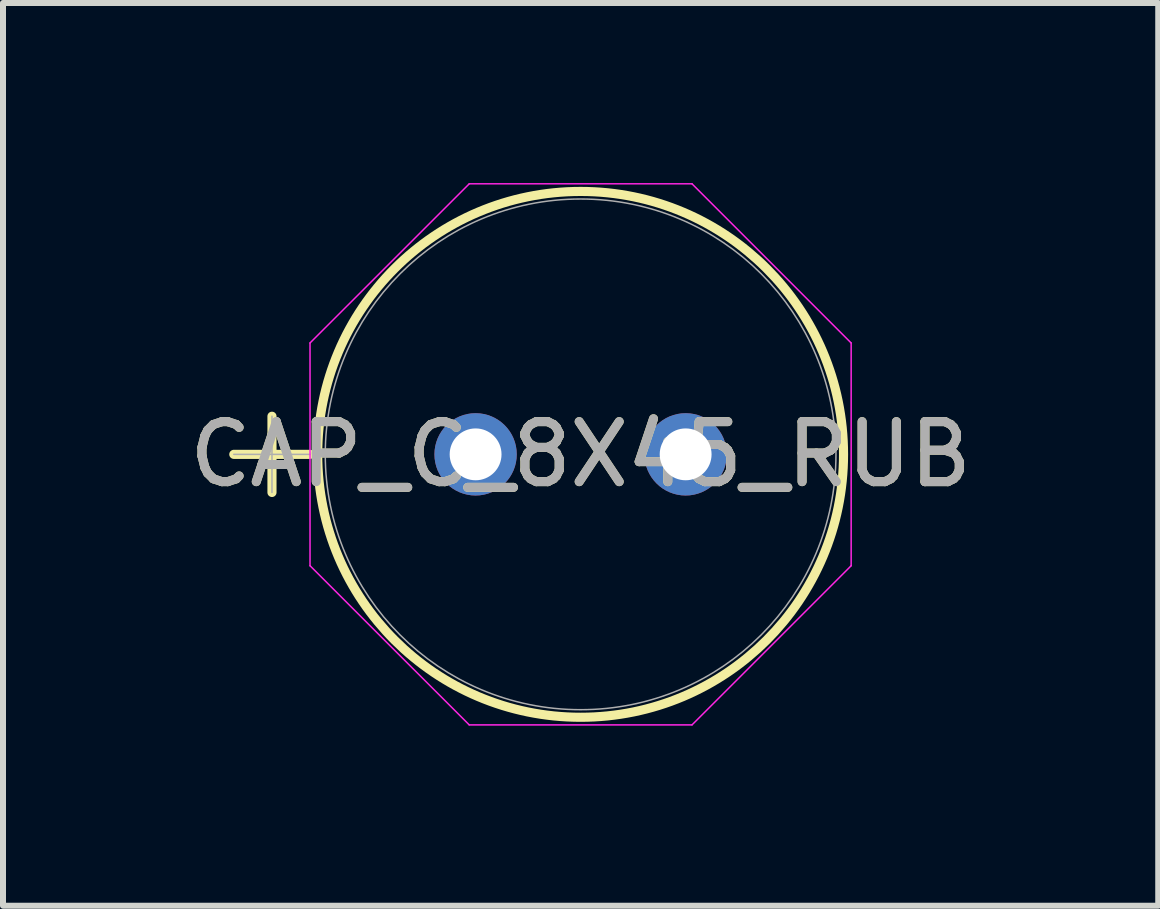
<source format=kicad_pcb>
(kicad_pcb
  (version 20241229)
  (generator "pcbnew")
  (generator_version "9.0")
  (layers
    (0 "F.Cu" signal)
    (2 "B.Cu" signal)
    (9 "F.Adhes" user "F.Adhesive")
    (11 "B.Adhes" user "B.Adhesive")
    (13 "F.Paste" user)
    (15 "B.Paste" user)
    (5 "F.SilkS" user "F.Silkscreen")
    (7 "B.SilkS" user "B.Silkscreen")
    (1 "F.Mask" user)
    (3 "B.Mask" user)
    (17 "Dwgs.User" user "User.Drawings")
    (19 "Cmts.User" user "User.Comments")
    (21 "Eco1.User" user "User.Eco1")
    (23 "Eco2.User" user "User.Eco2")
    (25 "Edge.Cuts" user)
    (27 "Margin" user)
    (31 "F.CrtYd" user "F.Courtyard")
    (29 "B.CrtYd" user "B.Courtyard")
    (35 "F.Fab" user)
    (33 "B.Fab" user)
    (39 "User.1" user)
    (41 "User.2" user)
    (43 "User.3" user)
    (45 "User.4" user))
  (footprint "CAP_C_8X45_RUB"
    (layer "F.Cu")
    (at 4.875 4.521)
    (property "Reference" "CAP_C_8X45_RUB" (at 1.75 0 0) (unlocked yes) (layer "F.SilkS") (effects (font (size 1 1) (thickness 0.15))))
    (attr through_hole)
    (fp_line (start -4.029 0) (end -2.759 0) (stroke (width 0.152) (type solid)) (layer "F.SilkS"))
    (fp_line (start -3.393 -0.635) (end -3.393 0.635) (stroke (width 0.152) (type solid)) (layer "F.SilkS"))
    (fp_circle (center 1.75 0) (end 6.131 0) (stroke (width 0.152) (type solid)) (fill no) (layer "F.SilkS"))
    (fp_line (start -2.759 -1.856) (end -0.106 -4.508) (stroke (width 0.025) (type solid)) (layer "F.CrtYd"))
    (fp_line (start -2.759 1.856) (end -2.759 -1.856) (stroke (width 0.025) (type solid)) (layer "F.CrtYd"))
    (fp_line (start -0.106 -4.508) (end 3.606 -4.508) (stroke (width 0.025) (type solid)) (layer "F.CrtYd"))
    (fp_line (start -0.106 4.508) (end -2.759 1.856) (stroke (width 0.025) (type solid)) (layer "F.CrtYd"))
    (fp_line (start 3.606 -4.508) (end 6.258 -1.856) (stroke (width 0.025) (type solid)) (layer "F.CrtYd"))
    (fp_line (start 3.606 4.508) (end -0.106 4.508) (stroke (width 0.025) (type solid)) (layer "F.CrtYd"))
    (fp_line (start 6.258 -1.856) (end 6.258 1.856) (stroke (width 0.025) (type solid)) (layer "F.CrtYd"))
    (fp_line (start 6.258 1.856) (end 3.606 4.508) (stroke (width 0.025) (type solid)) (layer "F.CrtYd"))
    (fp_line (start -4.029 0) (end -2.759 0) (stroke (width 0.025) (type solid)) (layer "F.Fab"))
    (fp_line (start -3.393 -0.635) (end -3.393 0.635) (stroke (width 0.025) (type solid)) (layer "F.Fab"))
    (fp_circle (center 1.75 0) (end 6.005 0) (stroke (width 0.025) (type solid)) (fill no) (layer "F.Fab"))
    (fp_text user "${REFERENCE}" (at 1.75 0 0) (unlocked yes) (layer "F.Fab") (effects (font (size 1 1) (thickness 0.15))))
    (pad "1" thru_hole circle (at 0 0) (size 1.372 1.372) (drill 0.864) (layers "*.Cu" "*.Mask"))
    (pad "2" thru_hole circle (at 3.5 0) (size 1.372 1.372) (drill 0.864) (layers "*.Cu" "*.Mask")))
  (gr_rect
    (start -3 -3)
    (end 16.25 12.042)
    (stroke (width 0.1) (type default))
    (fill no)
    (layer "Edge.Cuts")))
</source>
